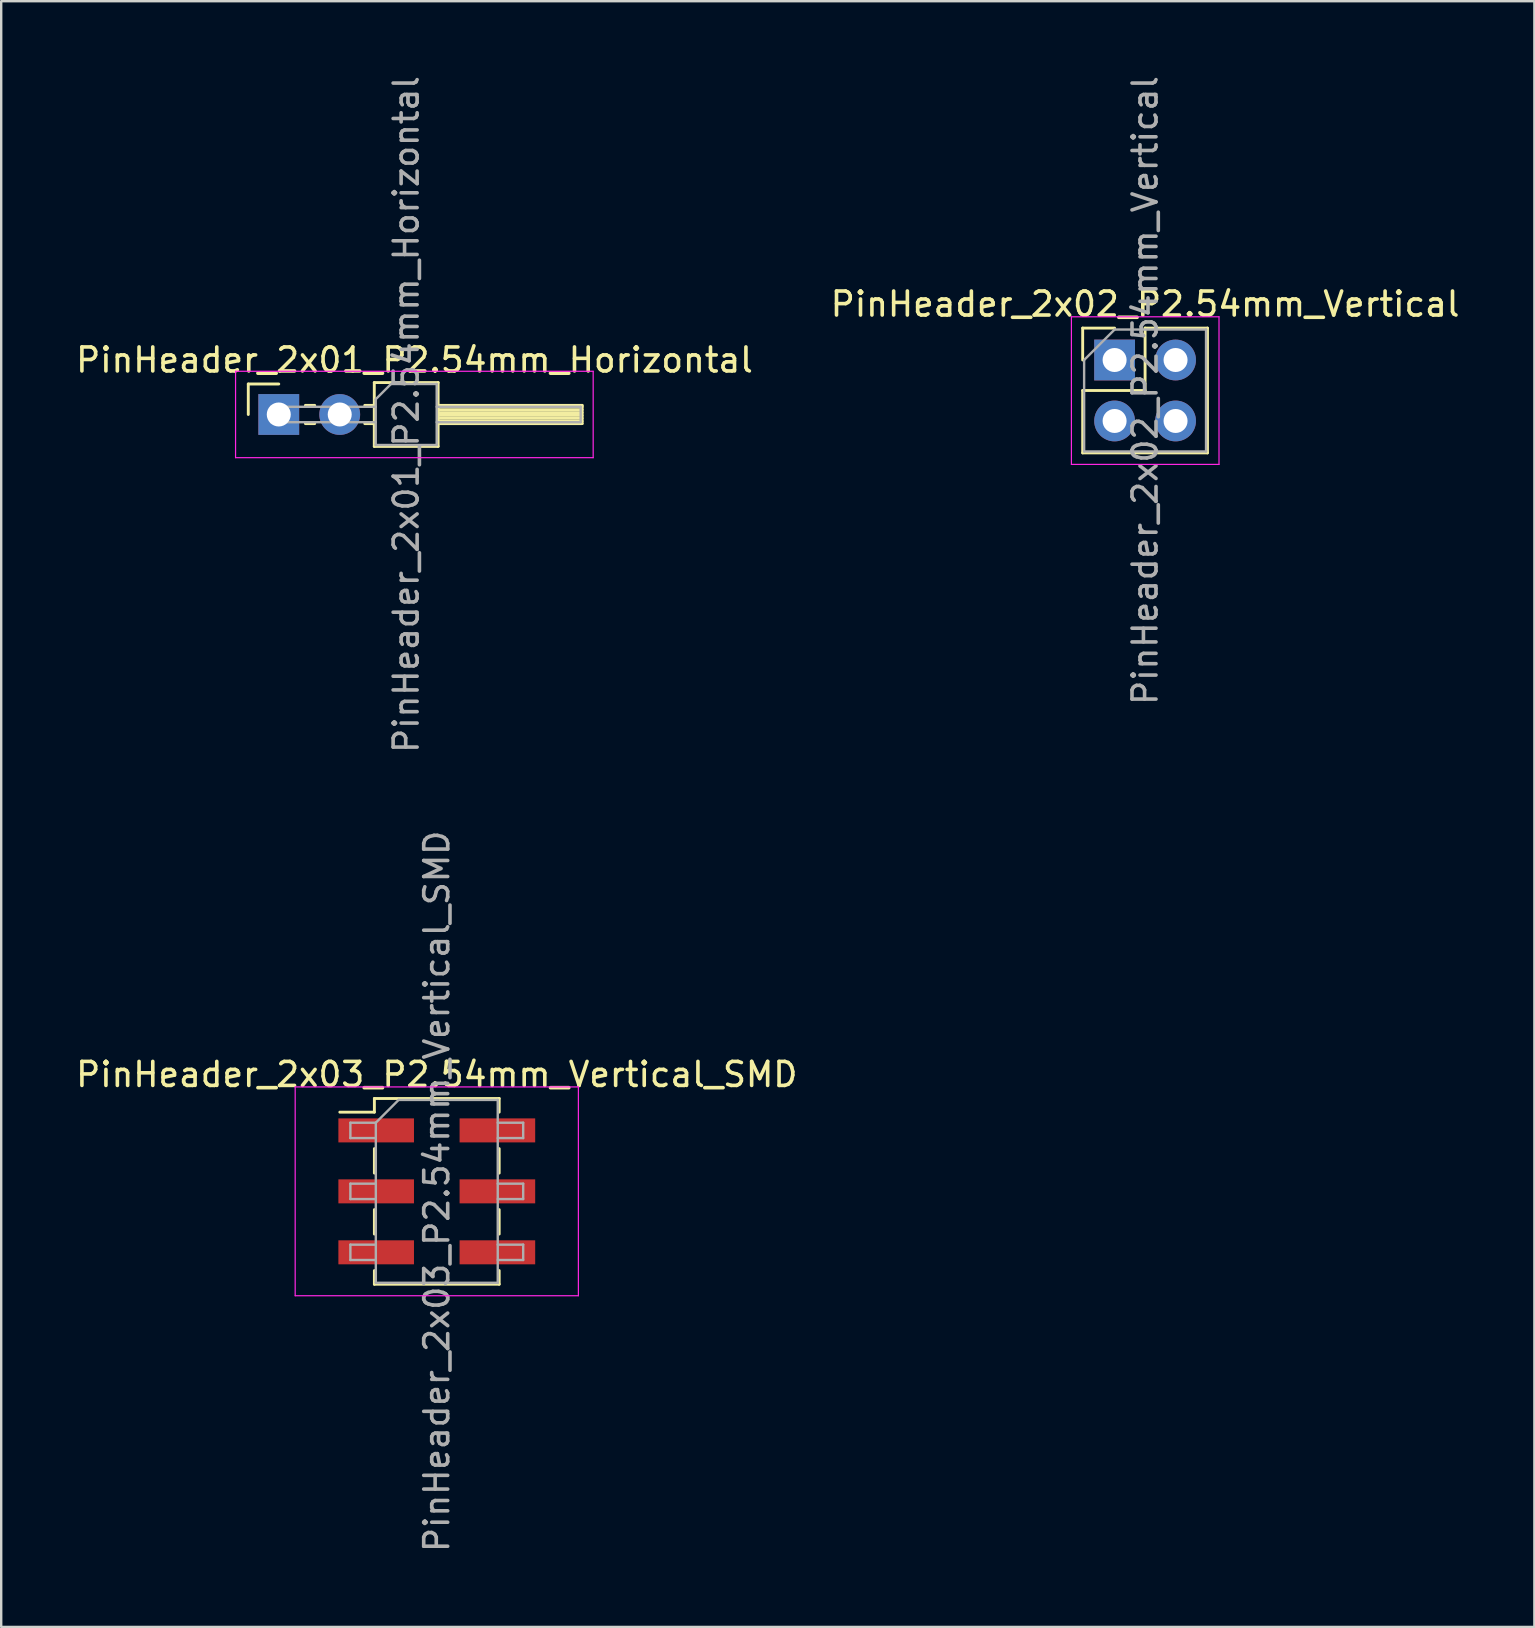
<source format=kicad_pcb>
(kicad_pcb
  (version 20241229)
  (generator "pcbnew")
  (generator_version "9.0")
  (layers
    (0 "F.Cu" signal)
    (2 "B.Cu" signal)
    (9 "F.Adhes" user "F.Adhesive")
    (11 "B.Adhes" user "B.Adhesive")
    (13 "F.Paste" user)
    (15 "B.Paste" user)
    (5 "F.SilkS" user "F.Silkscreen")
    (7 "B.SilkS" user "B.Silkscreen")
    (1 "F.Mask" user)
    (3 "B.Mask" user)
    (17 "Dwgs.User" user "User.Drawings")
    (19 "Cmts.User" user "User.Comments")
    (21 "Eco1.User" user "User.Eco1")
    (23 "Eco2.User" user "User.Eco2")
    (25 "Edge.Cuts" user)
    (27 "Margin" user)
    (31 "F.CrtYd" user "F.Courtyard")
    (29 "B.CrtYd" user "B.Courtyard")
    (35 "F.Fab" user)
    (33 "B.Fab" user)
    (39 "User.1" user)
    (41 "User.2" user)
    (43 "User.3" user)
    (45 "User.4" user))
  (footprint "PinHeader_2x01_P2.54mm_Horizontal"
    (layer "F.Cu")
    (at 8.565 14.22)
    (property "Reference" "PinHeader_2x01_P2.54mm_Horizontal" (at 5.655 -2.27 0) (layer "F.SilkS") (effects (font (size 1 1) (thickness 0.15))))
    (attr through_hole)
    (fp_line (start -1.27 -1.27) (end 0 -1.27) (stroke (width 0.12) (type solid)) (layer "F.SilkS"))
    (fp_line (start -1.27 0) (end -1.27 -1.27) (stroke (width 0.12) (type solid)) (layer "F.SilkS"))
    (fp_line (start 1.11 -0.38) (end 1.497 -0.38) (stroke (width 0.12) (type solid)) (layer "F.SilkS"))
    (fp_line (start 1.11 0.38) (end 1.497 0.38) (stroke (width 0.12) (type solid)) (layer "F.SilkS"))
    (fp_line (start 3.583 -0.38) (end 3.98 -0.38) (stroke (width 0.12) (type solid)) (layer "F.SilkS"))
    (fp_line (start 3.583 0.38) (end 3.98 0.38) (stroke (width 0.12) (type solid)) (layer "F.SilkS"))
    (fp_line (start 3.98 -1.33) (end 3.98 1.33) (stroke (width 0.12) (type solid)) (layer "F.SilkS"))
    (fp_line (start 3.98 1.33) (end 6.64 1.33) (stroke (width 0.12) (type solid)) (layer "F.SilkS"))
    (fp_line (start 6.64 -1.33) (end 3.98 -1.33) (stroke (width 0.12) (type solid)) (layer "F.SilkS"))
    (fp_line (start 6.64 -0.38) (end 12.64 -0.38) (stroke (width 0.12) (type solid)) (layer "F.SilkS"))
    (fp_line (start 6.64 -0.32) (end 12.64 -0.32) (stroke (width 0.12) (type solid)) (layer "F.SilkS"))
    (fp_line (start 6.64 -0.2) (end 12.64 -0.2) (stroke (width 0.12) (type solid)) (layer "F.SilkS"))
    (fp_line (start 6.64 -0.08) (end 12.64 -0.08) (stroke (width 0.12) (type solid)) (layer "F.SilkS"))
    (fp_line (start 6.64 0.04) (end 12.64 0.04) (stroke (width 0.12) (type solid)) (layer "F.SilkS"))
    (fp_line (start 6.64 0.16) (end 12.64 0.16) (stroke (width 0.12) (type solid)) (layer "F.SilkS"))
    (fp_line (start 6.64 0.28) (end 12.64 0.28) (stroke (width 0.12) (type solid)) (layer "F.SilkS"))
    (fp_line (start 6.64 1.33) (end 6.64 -1.33) (stroke (width 0.12) (type solid)) (layer "F.SilkS"))
    (fp_line (start 12.64 -0.38) (end 12.64 0.38) (stroke (width 0.12) (type solid)) (layer "F.SilkS"))
    (fp_line (start 12.64 0.38) (end 6.64 0.38) (stroke (width 0.12) (type solid)) (layer "F.SilkS"))
    (fp_line (start -1.8 -1.8) (end -1.8 1.8) (stroke (width 0.05) (type solid)) (layer "F.CrtYd"))
    (fp_line (start -1.8 1.8) (end 13.1 1.8) (stroke (width 0.05) (type solid)) (layer "F.CrtYd"))
    (fp_line (start 13.1 -1.8) (end -1.8 -1.8) (stroke (width 0.05) (type solid)) (layer "F.CrtYd"))
    (fp_line (start 13.1 1.8) (end 13.1 -1.8) (stroke (width 0.05) (type solid)) (layer "F.CrtYd"))
    (fp_line (start -0.32 -0.32) (end -0.32 0.32) (stroke (width 0.1) (type solid)) (layer "F.Fab"))
    (fp_line (start -0.32 -0.32) (end 4.04 -0.32) (stroke (width 0.1) (type solid)) (layer "F.Fab"))
    (fp_line (start -0.32 0.32) (end 4.04 0.32) (stroke (width 0.1) (type solid)) (layer "F.Fab"))
    (fp_line (start 4.04 -0.635) (end 4.675 -1.27) (stroke (width 0.1) (type solid)) (layer "F.Fab"))
    (fp_line (start 4.04 1.27) (end 4.04 -0.635) (stroke (width 0.1) (type solid)) (layer "F.Fab"))
    (fp_line (start 4.675 -1.27) (end 6.58 -1.27) (stroke (width 0.1) (type solid)) (layer "F.Fab"))
    (fp_line (start 6.58 -1.27) (end 6.58 1.27) (stroke (width 0.1) (type solid)) (layer "F.Fab"))
    (fp_line (start 6.58 -0.32) (end 12.58 -0.32) (stroke (width 0.1) (type solid)) (layer "F.Fab"))
    (fp_line (start 6.58 0.32) (end 12.58 0.32) (stroke (width 0.1) (type solid)) (layer "F.Fab"))
    (fp_line (start 6.58 1.27) (end 4.04 1.27) (stroke (width 0.1) (type solid)) (layer "F.Fab"))
    (fp_line (start 12.58 -0.32) (end 12.58 0.32) (stroke (width 0.1) (type solid)) (layer "F.Fab"))
    (fp_text user "${REFERENCE}" (at 5.31 0 90) (layer "F.Fab") (effects (font (size 1 1) (thickness 0.15))))
    (pad "1" thru_hole rect (at 0 0) (size 1.7 1.7) (drill 1) (layers "*.Cu" "*.Mask"))
    (pad "2" thru_hole oval (at 2.54 0) (size 1.7 1.7) (drill 1) (layers "*.Cu" "*.Mask")))
  (footprint "PinHeader_2x02_P2.54mm_Vertical"
    (layer "F.Cu")
    (at 43.391 11.95)
    (property "Reference" "PinHeader_2x02_P2.54mm_Vertical" (at 1.27 -2.33 0) (layer "F.SilkS") (effects (font (size 1 1) (thickness 0.15))))
    (attr through_hole)
    (fp_line (start -1.33 -1.33) (end 0 -1.33) (stroke (width 0.12) (type solid)) (layer "F.SilkS"))
    (fp_line (start -1.33 0) (end -1.33 -1.33) (stroke (width 0.12) (type solid)) (layer "F.SilkS"))
    (fp_line (start -1.33 1.27) (end -1.33 3.87) (stroke (width 0.12) (type solid)) (layer "F.SilkS"))
    (fp_line (start -1.33 1.27) (end 1.27 1.27) (stroke (width 0.12) (type solid)) (layer "F.SilkS"))
    (fp_line (start -1.33 3.87) (end 3.87 3.87) (stroke (width 0.12) (type solid)) (layer "F.SilkS"))
    (fp_line (start 1.27 -1.33) (end 3.87 -1.33) (stroke (width 0.12) (type solid)) (layer "F.SilkS"))
    (fp_line (start 1.27 1.27) (end 1.27 -1.33) (stroke (width 0.12) (type solid)) (layer "F.SilkS"))
    (fp_line (start 3.87 -1.33) (end 3.87 3.87) (stroke (width 0.12) (type solid)) (layer "F.SilkS"))
    (fp_line (start -1.8 -1.8) (end -1.8 4.35) (stroke (width 0.05) (type solid)) (layer "F.CrtYd"))
    (fp_line (start -1.8 4.35) (end 4.35 4.35) (stroke (width 0.05) (type solid)) (layer "F.CrtYd"))
    (fp_line (start 4.35 -1.8) (end -1.8 -1.8) (stroke (width 0.05) (type solid)) (layer "F.CrtYd"))
    (fp_line (start 4.35 4.35) (end 4.35 -1.8) (stroke (width 0.05) (type solid)) (layer "F.CrtYd"))
    (fp_line (start -1.27 0) (end 0 -1.27) (stroke (width 0.1) (type solid)) (layer "F.Fab"))
    (fp_line (start -1.27 3.81) (end -1.27 0) (stroke (width 0.1) (type solid)) (layer "F.Fab"))
    (fp_line (start 0 -1.27) (end 3.81 -1.27) (stroke (width 0.1) (type solid)) (layer "F.Fab"))
    (fp_line (start 3.81 -1.27) (end 3.81 3.81) (stroke (width 0.1) (type solid)) (layer "F.Fab"))
    (fp_line (start 3.81 3.81) (end -1.27 3.81) (stroke (width 0.1) (type solid)) (layer "F.Fab"))
    (fp_text user "${REFERENCE}" (at 1.27 1.27 90) (layer "F.Fab") (effects (font (size 1 1) (thickness 0.15))))
    (pad "1" thru_hole rect (at 0 0) (size 1.7 1.7) (drill 1) (layers "*.Cu" "*.Mask"))
    (pad "2" thru_hole oval (at 2.54 0) (size 1.7 1.7) (drill 1) (layers "*.Cu" "*.Mask"))
    (pad "3" thru_hole oval (at 0 2.54) (size 1.7 1.7) (drill 1) (layers "*.Cu" "*.Mask"))
    (pad "4" thru_hole oval (at 2.54 2.54) (size 1.7 1.7) (drill 1) (layers "*.Cu" "*.Mask")))
  (footprint "PinHeader_2x03_P2.54mm_Vertical_SMD"
    (layer "F.Cu")
    (at 15.149 46.589)
    (property "Reference" "PinHeader_2x03_P2.54mm_Vertical_SMD" (at 0 -4.87 0) (layer "F.SilkS") (effects (font (size 1 1) (thickness 0.15))))
    (attr smd)
    (fp_line (start -4.04 -3.3) (end -2.6 -3.3) (stroke (width 0.12) (type solid)) (layer "F.SilkS"))
    (fp_line (start -2.6 -3.87) (end -2.6 -3.3) (stroke (width 0.12) (type solid)) (layer "F.SilkS"))
    (fp_line (start -2.6 -3.87) (end 2.6 -3.87) (stroke (width 0.12) (type solid)) (layer "F.SilkS"))
    (fp_line (start -2.6 -1.78) (end -2.6 -0.76) (stroke (width 0.12) (type solid)) (layer "F.SilkS"))
    (fp_line (start -2.6 0.76) (end -2.6 1.78) (stroke (width 0.12) (type solid)) (layer "F.SilkS"))
    (fp_line (start -2.6 3.3) (end -2.6 3.87) (stroke (width 0.12) (type solid)) (layer "F.SilkS"))
    (fp_line (start -2.6 3.87) (end 2.6 3.87) (stroke (width 0.12) (type solid)) (layer "F.SilkS"))
    (fp_line (start 2.6 -3.87) (end 2.6 -3.3) (stroke (width 0.12) (type solid)) (layer "F.SilkS"))
    (fp_line (start 2.6 -1.78) (end 2.6 -0.76) (stroke (width 0.12) (type solid)) (layer "F.SilkS"))
    (fp_line (start 2.6 0.76) (end 2.6 1.78) (stroke (width 0.12) (type solid)) (layer "F.SilkS"))
    (fp_line (start 2.6 3.3) (end 2.6 3.87) (stroke (width 0.12) (type solid)) (layer "F.SilkS"))
    (fp_line (start -5.9 -4.35) (end -5.9 4.35) (stroke (width 0.05) (type solid)) (layer "F.CrtYd"))
    (fp_line (start -5.9 4.35) (end 5.9 4.35) (stroke (width 0.05) (type solid)) (layer "F.CrtYd"))
    (fp_line (start 5.9 -4.35) (end -5.9 -4.35) (stroke (width 0.05) (type solid)) (layer "F.CrtYd"))
    (fp_line (start 5.9 4.35) (end 5.9 -4.35) (stroke (width 0.05) (type solid)) (layer "F.CrtYd"))
    (fp_line (start -3.6 -2.86) (end -3.6 -2.22) (stroke (width 0.1) (type solid)) (layer "F.Fab"))
    (fp_line (start -3.6 -2.22) (end -2.54 -2.22) (stroke (width 0.1) (type solid)) (layer "F.Fab"))
    (fp_line (start -3.6 -0.32) (end -3.6 0.32) (stroke (width 0.1) (type solid)) (layer "F.Fab"))
    (fp_line (start -3.6 0.32) (end -2.54 0.32) (stroke (width 0.1) (type solid)) (layer "F.Fab"))
    (fp_line (start -3.6 2.22) (end -3.6 2.86) (stroke (width 0.1) (type solid)) (layer "F.Fab"))
    (fp_line (start -3.6 2.86) (end -2.54 2.86) (stroke (width 0.1) (type solid)) (layer "F.Fab"))
    (fp_line (start -2.54 -2.86) (end -3.6 -2.86) (stroke (width 0.1) (type solid)) (layer "F.Fab"))
    (fp_line (start -2.54 -2.86) (end -1.59 -3.81) (stroke (width 0.1) (type solid)) (layer "F.Fab"))
    (fp_line (start -2.54 -0.32) (end -3.6 -0.32) (stroke (width 0.1) (type solid)) (layer "F.Fab"))
    (fp_line (start -2.54 2.22) (end -3.6 2.22) (stroke (width 0.1) (type solid)) (layer "F.Fab"))
    (fp_line (start -2.54 3.81) (end -2.54 -2.86) (stroke (width 0.1) (type solid)) (layer "F.Fab"))
    (fp_line (start -1.59 -3.81) (end 2.54 -3.81) (stroke (width 0.1) (type solid)) (layer "F.Fab"))
    (fp_line (start 2.54 -3.81) (end 2.54 3.81) (stroke (width 0.1) (type solid)) (layer "F.Fab"))
    (fp_line (start 2.54 -2.86) (end 3.6 -2.86) (stroke (width 0.1) (type solid)) (layer "F.Fab"))
    (fp_line (start 2.54 -0.32) (end 3.6 -0.32) (stroke (width 0.1) (type solid)) (layer "F.Fab"))
    (fp_line (start 2.54 2.22) (end 3.6 2.22) (stroke (width 0.1) (type solid)) (layer "F.Fab"))
    (fp_line (start 2.54 3.81) (end -2.54 3.81) (stroke (width 0.1) (type solid)) (layer "F.Fab"))
    (fp_line (start 3.6 -2.86) (end 3.6 -2.22) (stroke (width 0.1) (type solid)) (layer "F.Fab"))
    (fp_line (start 3.6 -2.22) (end 2.54 -2.22) (stroke (width 0.1) (type solid)) (layer "F.Fab"))
    (fp_line (start 3.6 -0.32) (end 3.6 0.32) (stroke (width 0.1) (type solid)) (layer "F.Fab"))
    (fp_line (start 3.6 0.32) (end 2.54 0.32) (stroke (width 0.1) (type solid)) (layer "F.Fab"))
    (fp_line (start 3.6 2.22) (end 3.6 2.86) (stroke (width 0.1) (type solid)) (layer "F.Fab"))
    (fp_line (start 3.6 2.86) (end 2.54 2.86) (stroke (width 0.1) (type solid)) (layer "F.Fab"))
    (fp_text user "${REFERENCE}" (at 0 0 90) (layer "F.Fab") (effects (font (size 1 1) (thickness 0.15))))
    (pad "1" smd rect (at -2.525 -2.54) (size 3.15 1) (layers "F.Cu" "F.Mask" "F.Paste"))
    (pad "2" smd rect (at 2.525 -2.54) (size 3.15 1) (layers "F.Cu" "F.Mask" "F.Paste"))
    (pad "3" smd rect (at -2.525 0) (size 3.15 1) (layers "F.Cu" "F.Mask" "F.Paste"))
    (pad "4" smd rect (at 2.525 0) (size 3.15 1) (layers "F.Cu" "F.Mask" "F.Paste"))
    (pad "5" smd rect (at -2.525 2.54) (size 3.15 1) (layers "F.Cu" "F.Mask" "F.Paste"))
    (pad "6" smd rect (at 2.525 2.54) (size 3.15 1) (layers "F.Cu" "F.Mask" "F.Paste")))
  (gr_rect
    (start -3 -3)
    (end 60.881 64.738)
    (stroke (width 0.1) (type default))
    (fill no)
    (layer "Edge.Cuts")))
</source>
